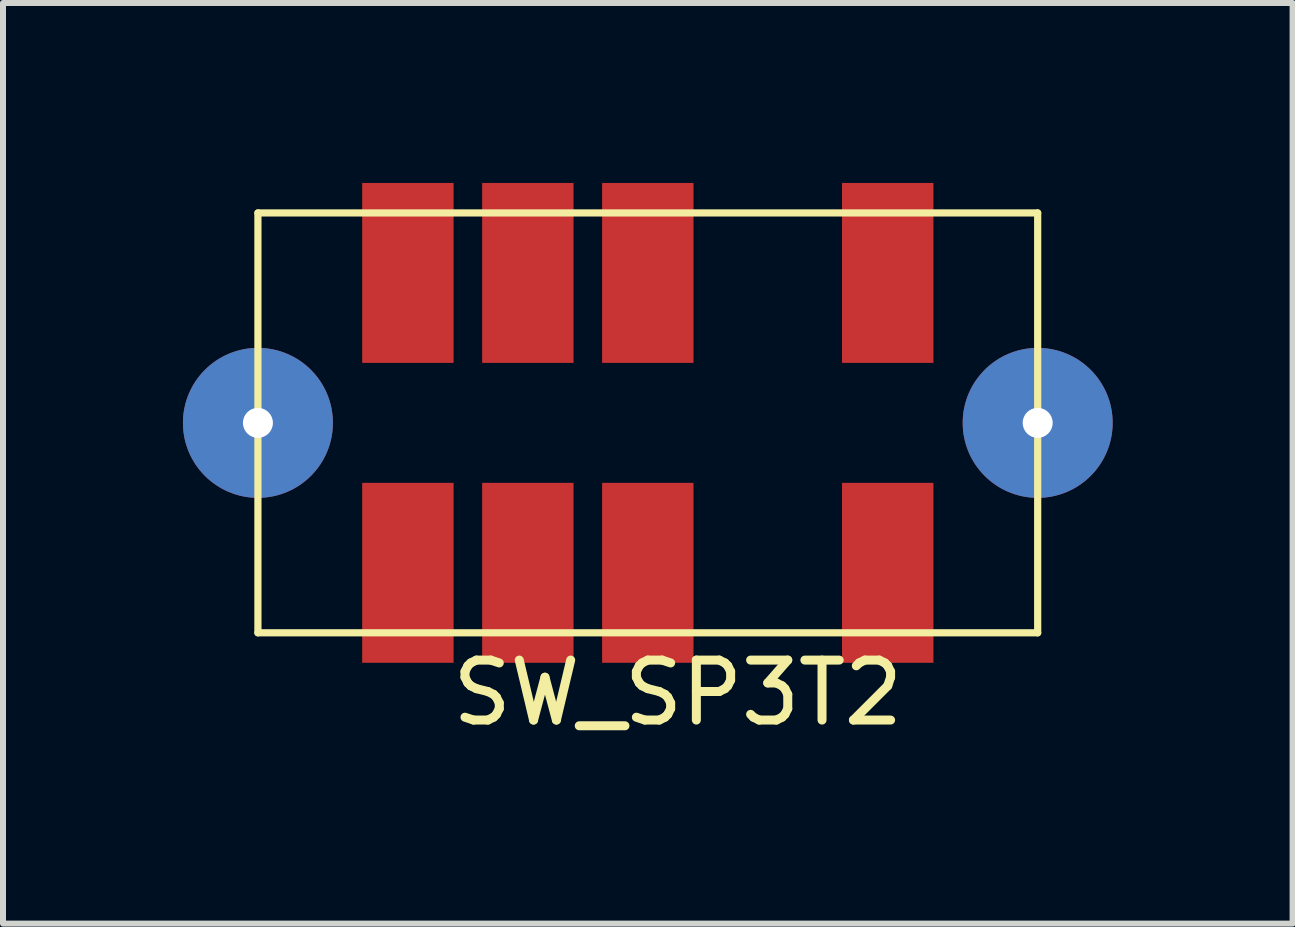
<source format=kicad_pcb>
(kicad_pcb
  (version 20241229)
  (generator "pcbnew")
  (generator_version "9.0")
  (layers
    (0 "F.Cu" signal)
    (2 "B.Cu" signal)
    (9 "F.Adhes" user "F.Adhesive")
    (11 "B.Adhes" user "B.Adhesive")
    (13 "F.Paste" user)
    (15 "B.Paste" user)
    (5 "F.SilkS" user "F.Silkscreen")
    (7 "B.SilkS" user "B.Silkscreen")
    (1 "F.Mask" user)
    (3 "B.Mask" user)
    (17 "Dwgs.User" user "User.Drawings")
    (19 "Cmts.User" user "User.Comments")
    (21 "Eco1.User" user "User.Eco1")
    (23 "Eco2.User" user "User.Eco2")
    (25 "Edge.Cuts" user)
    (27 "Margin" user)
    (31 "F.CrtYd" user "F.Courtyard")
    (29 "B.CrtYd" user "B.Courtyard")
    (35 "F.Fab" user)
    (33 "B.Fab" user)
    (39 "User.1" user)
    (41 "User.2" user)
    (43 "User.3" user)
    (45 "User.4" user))
  (footprint "SW_SP3T2"
    (layer "F.Cu")
    (at 7.75 4)
    (property "Reference" "SW_SP3T2" (at 0.5 4.5 0) (layer "F.SilkS") (effects (font (size 1 1) (thickness 0.15))))
    (attr through_hole)
    (fp_line (start -6.5 -3.5) (end 6.5 -3.5) (stroke (width 0.12) (type solid)) (layer "F.SilkS"))
    (fp_line (start -6.5 0) (end -6.5 -3.5) (stroke (width 0.12) (type solid)) (layer "F.SilkS"))
    (fp_line (start -6.5 3.5) (end -6.5 0) (stroke (width 0.12) (type solid)) (layer "F.SilkS"))
    (fp_line (start 6.5 -3.5) (end 6.5 3.5) (stroke (width 0.12) (type solid)) (layer "F.SilkS"))
    (fp_line (start 6.5 3.5) (end -6.5 3.5) (stroke (width 0.12) (type solid)) (layer "F.SilkS"))
    (pad "1" smd rect (at -4 2.5) (size 1.524 3) (layers "F.Cu" "F.Mask" "F.Paste"))
    (pad "2" smd rect (at -2 2.5) (size 1.524 3) (layers "F.Cu" "F.Mask" "F.Paste"))
    (pad "3" smd rect (at 0 2.5) (size 1.524 3) (layers "F.Cu" "F.Mask" "F.Paste"))
    (pad "4" smd rect (at 4 2.5) (size 1.524 3) (layers "F.Cu" "F.Mask" "F.Paste"))
    (pad "5" smd rect (at -4 -2.5) (size 1.524 3) (layers "F.Cu" "F.Mask" "F.Paste"))
    (pad "6" smd rect (at -2 -2.5) (size 1.524 3) (layers "F.Cu" "F.Mask" "F.Paste"))
    (pad "7" smd rect (at 0 -2.5) (size 1.524 3) (layers "F.Cu" "F.Mask" "F.Paste"))
    (pad "8" smd rect (at 4 -2.5) (size 1.524 3) (layers "F.Cu" "F.Mask" "F.Paste"))
    (pad "9" thru_hole circle (at -6.5 0) (size 2.5 2.5) (drill 0.5) (layers "*.Cu" "*.Mask"))
    (pad "10" thru_hole circle (at 6.5 0) (size 2.5 2.5) (drill 0.5) (layers "*.Cu" "*.Mask")))
  (gr_rect
    (start -3 -3)
    (end 18.5 12.348)
    (stroke (width 0.1) (type default))
    (fill no)
    (layer "Edge.Cuts")))
</source>
